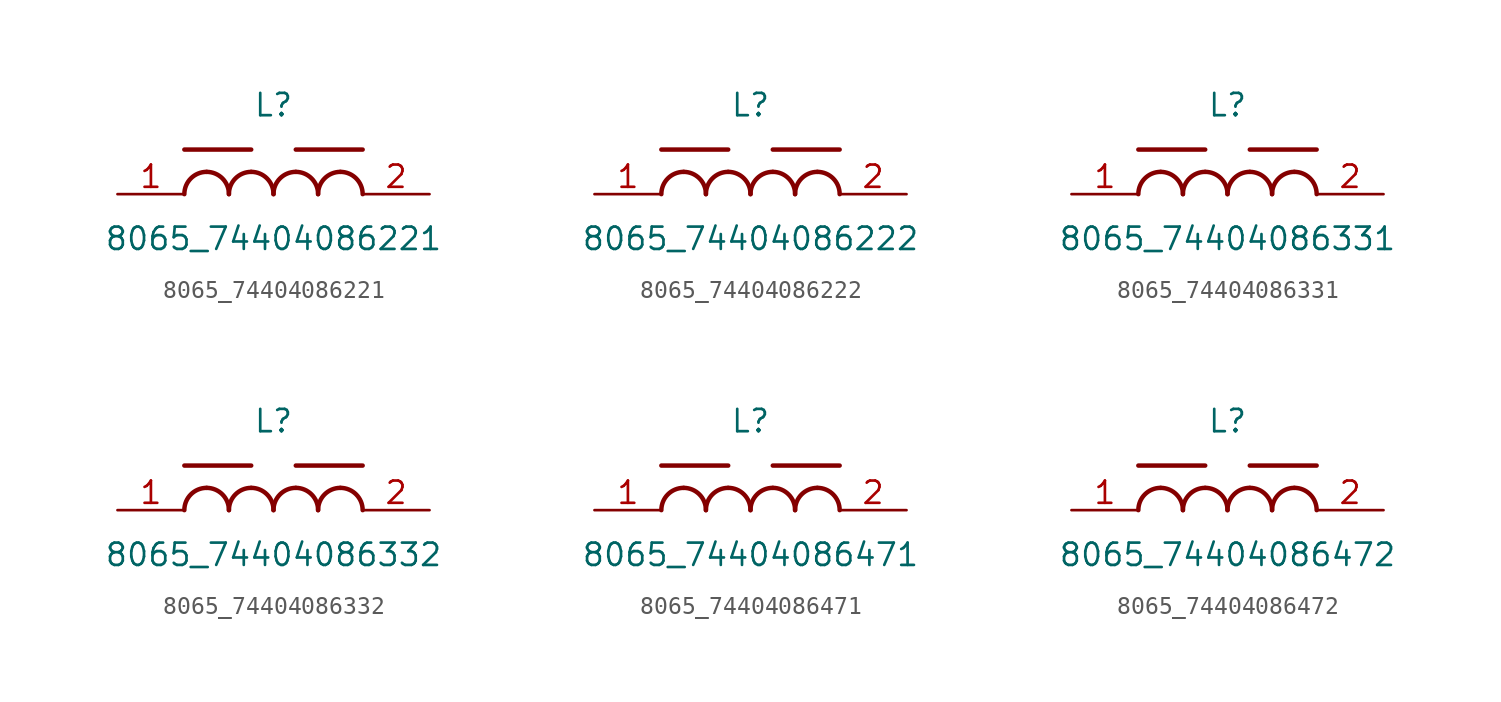
<source format=kicad_sym>
(kicad_symbol_lib
  (version 20211014)
  (generator kicad_symbol_editor)
  (symbol "Inductor_Wurth_WE-LQS:8065_74404086221"
    (pin_names hide)
    (property "Reference" "L"
      (at 0 5.08 0)
      (effects (font (size 1.27 1.27))))
    (property "Value" "8065_74404086221"
      (at 0 -2.54 0)
      (effects (font (size 1.27 1.27))))
    (symbol "8065_74404086221_0_1"
      (arc (start -3.81 1.27) (mid -4.708 0.898) (end -5.08 0) (stroke (width 0.254) (type default) (color 0 0 0 0)) (fill (type none)))
      (arc (start -2.54 0) (mid -2.912 0.898) (end -3.81 1.27) (stroke (width 0.254) (type default) (color 0 0 0 0)) (fill (type none)))
      (arc (start -1.2699 1.2701) (mid -2.1679 0.8981) (end -2.5399 0.0001) (stroke (width 0.254) (type default) (color 0 0 0 0)) (fill (type none)))
      (polyline (pts (xy -5.08 2.54) (xy -1.27 2.54)) (stroke (width 0.254) (type default) (color 0 0 0 0)) (fill (type none)))
      (polyline (pts (xy 5.08 2.54) (xy 1.27 2.54)) (stroke (width 0.254) (type default) (color 0 0 0 0)) (fill (type none)))
      (arc (start 0.0001 0.0001) (mid -0.3719 0.8981) (end -1.2699 1.2701) (stroke (width 0.254) (type default) (color 0 0 0 0)) (fill (type none)))
      (arc (start 1.2701 1.2701) (mid 0.3721 0.8981) (end 0.0001 0.0001) (stroke (width 0.254) (type default) (color 0 0 0 0)) (fill (type none)))
      (arc (start 2.5401 0.0001) (mid 2.1681 0.8981) (end 1.2701 1.2701) (stroke (width 0.254) (type default) (color 0 0 0 0)) (fill (type none)))
      (arc (start 3.8101 1.2701) (mid 2.9121 0.8981) (end 2.5401 0.0001) (stroke (width 0.254) (type default) (color 0 0 0 0)) (fill (type none)))
      (arc (start 5.0801 0.0001) (mid 4.7081 0.8981) (end 3.8101 1.2701) (stroke (width 0.254) (type default) (color 0 0 0 0)) (fill (type none))))
    (symbol "8065_74404086221_1_1"
      (pin passive line (at -8.89 0 0) (length 3.81) (name "1" (effects (font (size 1.27 1.27)))) (number "1" (effects (font (size 1.27 1.27)))))
      (pin passive line (at 8.89 0 180) (length 3.81) (name "2" (effects (font (size 1.27 1.27)))) (number "2" (effects (font (size 1.27 1.27)))))))
  (symbol "Inductor_Wurth_WE-LQS:8065_74404086222"
    (pin_names hide)
    (property "Reference" "L"
      (at 0 5.08 0)
      (effects (font (size 1.27 1.27))))
    (property "Value" "8065_74404086222"
      (at 0 -2.54 0)
      (effects (font (size 1.27 1.27))))
    (symbol "8065_74404086222_0_1"
      (arc (start -3.81 1.27) (mid -4.708 0.898) (end -5.08 0) (stroke (width 0.254) (type default) (color 0 0 0 0)) (fill (type none)))
      (arc (start -2.54 0) (mid -2.912 0.898) (end -3.81 1.27) (stroke (width 0.254) (type default) (color 0 0 0 0)) (fill (type none)))
      (arc (start -1.2699 1.2701) (mid -2.1679 0.8981) (end -2.5399 0.0001) (stroke (width 0.254) (type default) (color 0 0 0 0)) (fill (type none)))
      (polyline (pts (xy -5.08 2.54) (xy -1.27 2.54)) (stroke (width 0.254) (type default) (color 0 0 0 0)) (fill (type none)))
      (polyline (pts (xy 5.08 2.54) (xy 1.27 2.54)) (stroke (width 0.254) (type default) (color 0 0 0 0)) (fill (type none)))
      (arc (start 0.0001 0.0001) (mid -0.3719 0.8981) (end -1.2699 1.2701) (stroke (width 0.254) (type default) (color 0 0 0 0)) (fill (type none)))
      (arc (start 1.2701 1.2701) (mid 0.3721 0.8981) (end 0.0001 0.0001) (stroke (width 0.254) (type default) (color 0 0 0 0)) (fill (type none)))
      (arc (start 2.5401 0.0001) (mid 2.1681 0.8981) (end 1.2701 1.2701) (stroke (width 0.254) (type default) (color 0 0 0 0)) (fill (type none)))
      (arc (start 3.8101 1.2701) (mid 2.9121 0.8981) (end 2.5401 0.0001) (stroke (width 0.254) (type default) (color 0 0 0 0)) (fill (type none)))
      (arc (start 5.0801 0.0001) (mid 4.7081 0.8981) (end 3.8101 1.2701) (stroke (width 0.254) (type default) (color 0 0 0 0)) (fill (type none))))
    (symbol "8065_74404086222_1_1"
      (pin passive line (at -8.89 0 0) (length 3.81) (name "1" (effects (font (size 1.27 1.27)))) (number "1" (effects (font (size 1.27 1.27)))))
      (pin passive line (at 8.89 0 180) (length 3.81) (name "2" (effects (font (size 1.27 1.27)))) (number "2" (effects (font (size 1.27 1.27)))))))
  (symbol "Inductor_Wurth_WE-LQS:8065_74404086331"
    (pin_names hide)
    (property "Reference" "L"
      (at 0 5.08 0)
      (effects (font (size 1.27 1.27))))
    (property "Value" "8065_74404086331"
      (at 0 -2.54 0)
      (effects (font (size 1.27 1.27))))
    (symbol "8065_74404086331_0_1"
      (arc (start -3.81 1.27) (mid -4.708 0.898) (end -5.08 0) (stroke (width 0.254) (type default) (color 0 0 0 0)) (fill (type none)))
      (arc (start -2.54 0) (mid -2.912 0.898) (end -3.81 1.27) (stroke (width 0.254) (type default) (color 0 0 0 0)) (fill (type none)))
      (arc (start -1.2699 1.2701) (mid -2.1679 0.8981) (end -2.5399 0.0001) (stroke (width 0.254) (type default) (color 0 0 0 0)) (fill (type none)))
      (polyline (pts (xy -5.08 2.54) (xy -1.27 2.54)) (stroke (width 0.254) (type default) (color 0 0 0 0)) (fill (type none)))
      (polyline (pts (xy 5.08 2.54) (xy 1.27 2.54)) (stroke (width 0.254) (type default) (color 0 0 0 0)) (fill (type none)))
      (arc (start 0.0001 0.0001) (mid -0.3719 0.8981) (end -1.2699 1.2701) (stroke (width 0.254) (type default) (color 0 0 0 0)) (fill (type none)))
      (arc (start 1.2701 1.2701) (mid 0.3721 0.8981) (end 0.0001 0.0001) (stroke (width 0.254) (type default) (color 0 0 0 0)) (fill (type none)))
      (arc (start 2.5401 0.0001) (mid 2.1681 0.8981) (end 1.2701 1.2701) (stroke (width 0.254) (type default) (color 0 0 0 0)) (fill (type none)))
      (arc (start 3.8101 1.2701) (mid 2.9121 0.8981) (end 2.5401 0.0001) (stroke (width 0.254) (type default) (color 0 0 0 0)) (fill (type none)))
      (arc (start 5.0801 0.0001) (mid 4.7081 0.8981) (end 3.8101 1.2701) (stroke (width 0.254) (type default) (color 0 0 0 0)) (fill (type none))))
    (symbol "8065_74404086331_1_1"
      (pin passive line (at -8.89 0 0) (length 3.81) (name "1" (effects (font (size 1.27 1.27)))) (number "1" (effects (font (size 1.27 1.27)))))
      (pin passive line (at 8.89 0 180) (length 3.81) (name "2" (effects (font (size 1.27 1.27)))) (number "2" (effects (font (size 1.27 1.27)))))))
  (symbol "Inductor_Wurth_WE-LQS:8065_74404086332"
    (pin_names hide)
    (property "Reference" "L"
      (at 0 5.08 0)
      (effects (font (size 1.27 1.27))))
    (property "Value" "8065_74404086332"
      (at 0 -2.54 0)
      (effects (font (size 1.27 1.27))))
    (symbol "8065_74404086332_0_1"
      (arc (start -3.81 1.27) (mid -4.708 0.898) (end -5.08 0) (stroke (width 0.254) (type default) (color 0 0 0 0)) (fill (type none)))
      (arc (start -2.54 0) (mid -2.912 0.898) (end -3.81 1.27) (stroke (width 0.254) (type default) (color 0 0 0 0)) (fill (type none)))
      (arc (start -1.2699 1.2701) (mid -2.1679 0.8981) (end -2.5399 0.0001) (stroke (width 0.254) (type default) (color 0 0 0 0)) (fill (type none)))
      (polyline (pts (xy -5.08 2.54) (xy -1.27 2.54)) (stroke (width 0.254) (type default) (color 0 0 0 0)) (fill (type none)))
      (polyline (pts (xy 5.08 2.54) (xy 1.27 2.54)) (stroke (width 0.254) (type default) (color 0 0 0 0)) (fill (type none)))
      (arc (start 0.0001 0.0001) (mid -0.3719 0.8981) (end -1.2699 1.2701) (stroke (width 0.254) (type default) (color 0 0 0 0)) (fill (type none)))
      (arc (start 1.2701 1.2701) (mid 0.3721 0.8981) (end 0.0001 0.0001) (stroke (width 0.254) (type default) (color 0 0 0 0)) (fill (type none)))
      (arc (start 2.5401 0.0001) (mid 2.1681 0.8981) (end 1.2701 1.2701) (stroke (width 0.254) (type default) (color 0 0 0 0)) (fill (type none)))
      (arc (start 3.8101 1.2701) (mid 2.9121 0.8981) (end 2.5401 0.0001) (stroke (width 0.254) (type default) (color 0 0 0 0)) (fill (type none)))
      (arc (start 5.0801 0.0001) (mid 4.7081 0.8981) (end 3.8101 1.2701) (stroke (width 0.254) (type default) (color 0 0 0 0)) (fill (type none))))
    (symbol "8065_74404086332_1_1"
      (pin passive line (at -8.89 0 0) (length 3.81) (name "1" (effects (font (size 1.27 1.27)))) (number "1" (effects (font (size 1.27 1.27)))))
      (pin passive line (at 8.89 0 180) (length 3.81) (name "2" (effects (font (size 1.27 1.27)))) (number "2" (effects (font (size 1.27 1.27)))))))
  (symbol "Inductor_Wurth_WE-LQS:8065_74404086471"
    (pin_names hide)
    (property "Reference" "L"
      (at 0 5.08 0)
      (effects (font (size 1.27 1.27))))
    (property "Value" "8065_74404086471"
      (at 0 -2.54 0)
      (effects (font (size 1.27 1.27))))
    (symbol "8065_74404086471_0_1"
      (arc (start -3.81 1.27) (mid -4.708 0.898) (end -5.08 0) (stroke (width 0.254) (type default) (color 0 0 0 0)) (fill (type none)))
      (arc (start -2.54 0) (mid -2.912 0.898) (end -3.81 1.27) (stroke (width 0.254) (type default) (color 0 0 0 0)) (fill (type none)))
      (arc (start -1.2699 1.2701) (mid -2.1679 0.8981) (end -2.5399 0.0001) (stroke (width 0.254) (type default) (color 0 0 0 0)) (fill (type none)))
      (polyline (pts (xy -5.08 2.54) (xy -1.27 2.54)) (stroke (width 0.254) (type default) (color 0 0 0 0)) (fill (type none)))
      (polyline (pts (xy 5.08 2.54) (xy 1.27 2.54)) (stroke (width 0.254) (type default) (color 0 0 0 0)) (fill (type none)))
      (arc (start 0.0001 0.0001) (mid -0.3719 0.8981) (end -1.2699 1.2701) (stroke (width 0.254) (type default) (color 0 0 0 0)) (fill (type none)))
      (arc (start 1.2701 1.2701) (mid 0.3721 0.8981) (end 0.0001 0.0001) (stroke (width 0.254) (type default) (color 0 0 0 0)) (fill (type none)))
      (arc (start 2.5401 0.0001) (mid 2.1681 0.8981) (end 1.2701 1.2701) (stroke (width 0.254) (type default) (color 0 0 0 0)) (fill (type none)))
      (arc (start 3.8101 1.2701) (mid 2.9121 0.8981) (end 2.5401 0.0001) (stroke (width 0.254) (type default) (color 0 0 0 0)) (fill (type none)))
      (arc (start 5.0801 0.0001) (mid 4.7081 0.8981) (end 3.8101 1.2701) (stroke (width 0.254) (type default) (color 0 0 0 0)) (fill (type none))))
    (symbol "8065_74404086471_1_1"
      (pin passive line (at -8.89 0 0) (length 3.81) (name "1" (effects (font (size 1.27 1.27)))) (number "1" (effects (font (size 1.27 1.27)))))
      (pin passive line (at 8.89 0 180) (length 3.81) (name "2" (effects (font (size 1.27 1.27)))) (number "2" (effects (font (size 1.27 1.27)))))))
  (symbol "Inductor_Wurth_WE-LQS:8065_74404086472"
    (pin_names hide)
    (property "Reference" "L"
      (at 0 5.08 0)
      (effects (font (size 1.27 1.27))))
    (property "Value" "8065_74404086472"
      (at 0 -2.54 0)
      (effects (font (size 1.27 1.27))))
    (symbol "8065_74404086472_0_1"
      (arc (start -3.81 1.27) (mid -4.708 0.898) (end -5.08 0) (stroke (width 0.254) (type default) (color 0 0 0 0)) (fill (type none)))
      (arc (start -2.54 0) (mid -2.912 0.898) (end -3.81 1.27) (stroke (width 0.254) (type default) (color 0 0 0 0)) (fill (type none)))
      (arc (start -1.2699 1.2701) (mid -2.1679 0.8981) (end -2.5399 0.0001) (stroke (width 0.254) (type default) (color 0 0 0 0)) (fill (type none)))
      (polyline (pts (xy -5.08 2.54) (xy -1.27 2.54)) (stroke (width 0.254) (type default) (color 0 0 0 0)) (fill (type none)))
      (polyline (pts (xy 5.08 2.54) (xy 1.27 2.54)) (stroke (width 0.254) (type default) (color 0 0 0 0)) (fill (type none)))
      (arc (start 0.0001 0.0001) (mid -0.3719 0.8981) (end -1.2699 1.2701) (stroke (width 0.254) (type default) (color 0 0 0 0)) (fill (type none)))
      (arc (start 1.2701 1.2701) (mid 0.3721 0.8981) (end 0.0001 0.0001) (stroke (width 0.254) (type default) (color 0 0 0 0)) (fill (type none)))
      (arc (start 2.5401 0.0001) (mid 2.1681 0.8981) (end 1.2701 1.2701) (stroke (width 0.254) (type default) (color 0 0 0 0)) (fill (type none)))
      (arc (start 3.8101 1.2701) (mid 2.9121 0.8981) (end 2.5401 0.0001) (stroke (width 0.254) (type default) (color 0 0 0 0)) (fill (type none)))
      (arc (start 5.0801 0.0001) (mid 4.7081 0.8981) (end 3.8101 1.2701) (stroke (width 0.254) (type default) (color 0 0 0 0)) (fill (type none))))
    (symbol "8065_74404086472_1_1"
      (pin passive line (at -8.89 0 0) (length 3.81) (name "1" (effects (font (size 1.27 1.27)))) (number "1" (effects (font (size 1.27 1.27)))))
      (pin passive line (at 8.89 0 180) (length 3.81) (name "2" (effects (font (size 1.27 1.27)))) (number "2" (effects (font (size 1.27 1.27))))))))
</source>
